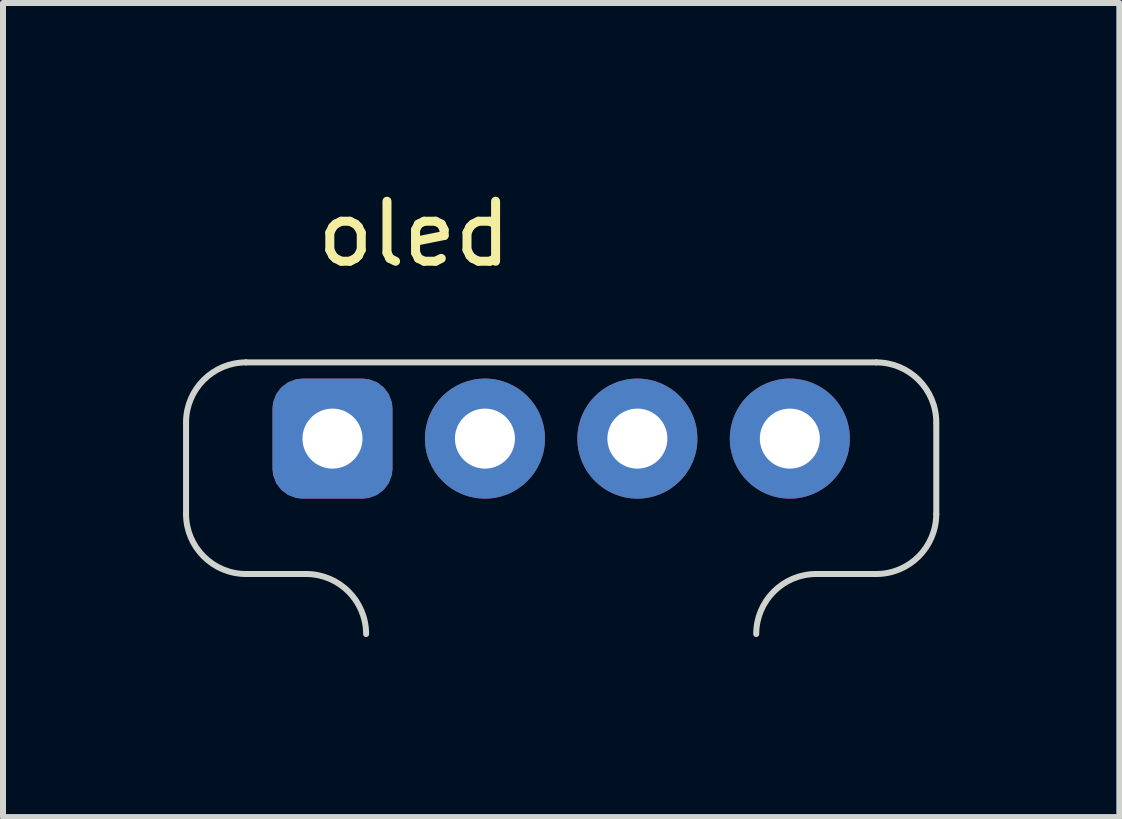
<source format=kicad_pcb>
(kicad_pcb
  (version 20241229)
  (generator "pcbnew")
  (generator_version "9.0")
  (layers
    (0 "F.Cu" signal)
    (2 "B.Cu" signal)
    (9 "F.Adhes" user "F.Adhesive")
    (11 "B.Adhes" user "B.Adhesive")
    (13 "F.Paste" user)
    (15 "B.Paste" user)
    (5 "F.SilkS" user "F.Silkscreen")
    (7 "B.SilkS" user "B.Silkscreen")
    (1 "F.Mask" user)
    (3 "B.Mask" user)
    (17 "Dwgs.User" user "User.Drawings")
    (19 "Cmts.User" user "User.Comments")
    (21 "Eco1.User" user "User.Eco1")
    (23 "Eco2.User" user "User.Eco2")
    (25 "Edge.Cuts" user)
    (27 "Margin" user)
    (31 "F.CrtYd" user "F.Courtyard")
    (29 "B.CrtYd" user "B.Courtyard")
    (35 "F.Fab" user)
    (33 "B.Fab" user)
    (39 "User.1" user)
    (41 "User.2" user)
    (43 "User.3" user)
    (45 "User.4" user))
  (footprint "oled"
    (layer "F.Cu")
    (at 6.3 4.258)
    (property "Reference" "oled" (at -2.45 -3.41 0) (unlocked yes) (layer "F.SilkS") (effects (font (size 1 1) (thickness 0.15))))
    (attr through_hole)
    (fp_line (start -6.25 -0.254) (end -6.25 1.256) (stroke (width 0.1) (type default)) (layer "Edge.Cuts"))
    (fp_line (start -5.25 -1.27) (end 5.25 -1.27) (stroke (width 0.1) (type default)) (layer "Edge.Cuts"))
    (fp_line (start -4.25 2.256) (end -5.25 2.256) (stroke (width 0.1) (type default)) (layer "Edge.Cuts"))
    (fp_line (start 4.25 2.256) (end 5.25 2.256) (stroke (width 0.1) (type default)) (layer "Edge.Cuts"))
    (fp_line (start 6.25 -0.254) (end 6.25 1.256) (stroke (width 0.1) (type default)) (layer "Edge.Cuts"))
    (fp_arc (start -6.250106 -0.27) (mid -5.957213 -0.977107) (end -5.250106 -1.27) (stroke (width 0.1) (type default)) (layer "Edge.Cuts"))
    (fp_arc (start -5.250106 2.255768) (mid -5.957213 1.962875) (end -6.250106 1.255768) (stroke (width 0.1) (type default)) (layer "Edge.Cuts"))
    (fp_arc (start -4.250106 2.255768) (mid -3.542999 2.548661) (end -3.250106 3.255768) (stroke (width 0.1) (type default)) (layer "Edge.Cuts"))
    (fp_arc (start 3.249894 3.255768) (mid 3.542782 2.548655) (end 4.249894 2.255768) (stroke (width 0.1) (type default)) (layer "Edge.Cuts"))
    (fp_arc (start 5.249894 -1.27) (mid 5.957016 -0.977111) (end 6.249894 -0.27) (stroke (width 0.1) (type default)) (layer "Edge.Cuts"))
    (fp_arc (start 6.249894 1.255768) (mid 5.956996 1.962869) (end 5.249894 2.255768) (stroke (width 0.1) (type default)) (layer "Edge.Cuts"))
    (fp_line (start -6.25 -0.254) (end -6.25 1.255) (stroke (width 0.1) (type default)) (layer "User.2"))
    (fp_line (start -5.25 -1.27) (end 5.25 -1.27) (stroke (width 0.1) (type default)) (layer "User.2"))
    (fp_line (start 5.25 2.255) (end -5.25 2.255) (stroke (width 0.1) (type default)) (layer "User.2"))
    (fp_line (start 6.25 -0.254) (end 6.25 1.255) (stroke (width 0.1) (type default)) (layer "User.2"))
    (fp_arc (start -6.25 -0.270412) (mid -5.957106 -0.977518) (end -5.25 -1.270412) (stroke (width 0.1) (type default)) (layer "User.2"))
    (fp_arc (start -5.25 2.255356) (mid -5.957106 1.962462) (end -6.25 1.255356) (stroke (width 0.1) (type default)) (layer "User.2"))
    (fp_arc (start 5.25 -1.270412) (mid 5.957105 -0.977518) (end 6.25 -0.270412) (stroke (width 0.1) (type default)) (layer "User.2"))
    (fp_arc (start 6.25 1.255356) (mid 5.957105 1.96246) (end 5.25 2.255356) (stroke (width 0.1) (type default)) (layer "User.2"))
    (pad "1" thru_hole roundrect (at -3.81 0 90) (size 2 2) (drill 1) (layers "*.Cu" "*.Mask") (roundrect_rratio 0.25))
    (pad "2" thru_hole circle (at -1.27 0 90) (size 2 2) (drill 1) (layers "*.Cu" "*.Mask"))
    (pad "3" thru_hole circle (at 1.27 0 90) (size 2 2) (drill 1) (layers "*.Cu" "*.Mask"))
    (pad "4" thru_hole circle (at 3.81 0 90) (size 2 2) (drill 1) (layers "*.Cu" "*.Mask")))
  (gr_rect
    (start -3 -3)
    (end 15.6 10.564)
    (stroke (width 0.1) (type default))
    (fill no)
    (layer "Edge.Cuts")))
</source>
